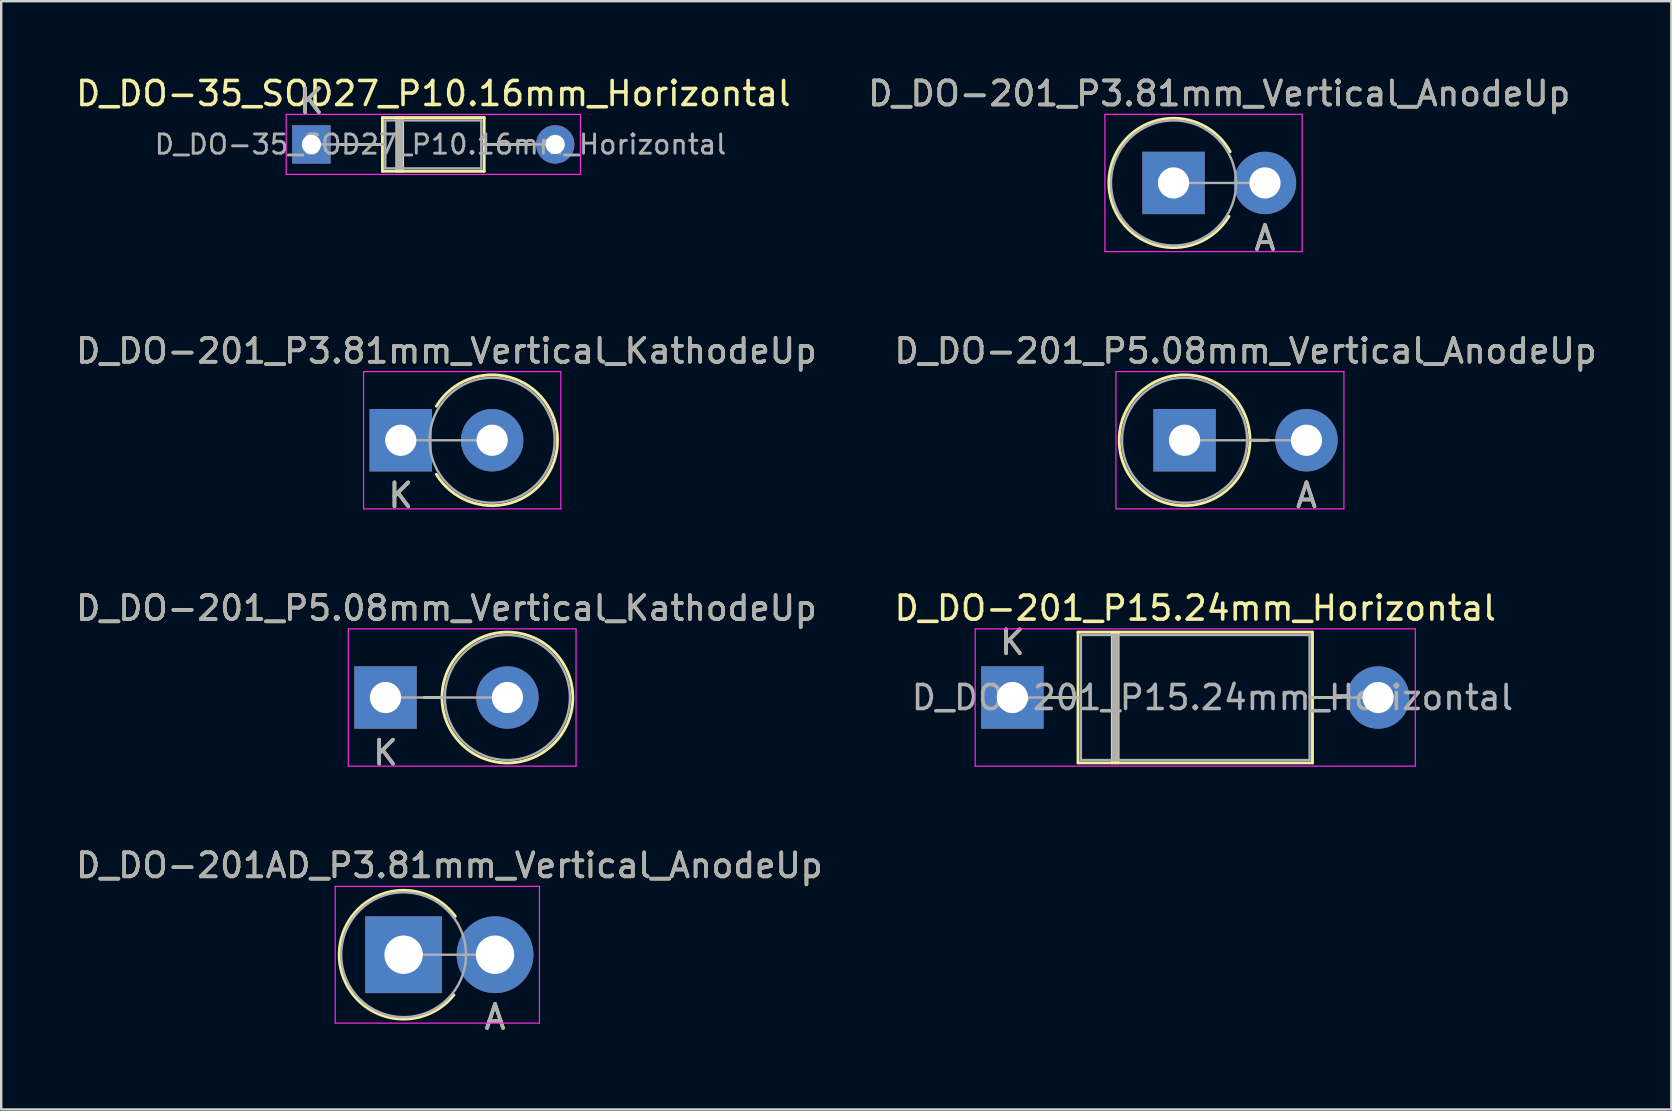
<source format=kicad_pcb>
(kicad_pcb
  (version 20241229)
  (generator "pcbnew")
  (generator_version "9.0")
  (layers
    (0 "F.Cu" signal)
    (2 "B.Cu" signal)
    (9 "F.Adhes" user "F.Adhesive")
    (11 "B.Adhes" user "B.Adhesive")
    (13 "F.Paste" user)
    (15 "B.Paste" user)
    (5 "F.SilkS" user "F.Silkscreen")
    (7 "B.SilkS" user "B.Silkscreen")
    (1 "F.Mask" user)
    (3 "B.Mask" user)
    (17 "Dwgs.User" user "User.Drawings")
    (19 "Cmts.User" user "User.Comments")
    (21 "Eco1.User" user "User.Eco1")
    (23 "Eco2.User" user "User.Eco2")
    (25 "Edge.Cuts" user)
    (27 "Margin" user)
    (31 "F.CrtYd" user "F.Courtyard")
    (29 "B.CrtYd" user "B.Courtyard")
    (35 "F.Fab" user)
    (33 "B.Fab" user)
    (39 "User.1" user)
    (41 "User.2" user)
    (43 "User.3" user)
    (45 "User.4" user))
  (footprint "D_DO-201_P3.81mm_Vertical_KathodeUp"
    (layer "F.Cu")
    (at 13.649 15.295)
    (property "Reference" "D_DO-201_P3.81mm_Vertical_KathodeUp" (at 1.905 -3.725 0) (layer "F.SilkS") (effects (font (size 1 1) (thickness 0.15))))
    (attr through_hole)
    (fp_arc (start 1.484226 -1.42) (mid 6.535 0) (end 1.484226 1.42) (stroke (width 0.12) (type solid)) (layer "F.SilkS"))
    (fp_line (start -1.55 -2.86) (end -1.55 2.86) (stroke (width 0.05) (type solid)) (layer "F.CrtYd"))
    (fp_line (start -1.55 2.86) (end 6.67 2.86) (stroke (width 0.05) (type solid)) (layer "F.CrtYd"))
    (fp_line (start 6.67 -2.86) (end -1.55 -2.86) (stroke (width 0.05) (type solid)) (layer "F.CrtYd"))
    (fp_line (start 6.67 2.86) (end 6.67 -2.86) (stroke (width 0.05) (type solid)) (layer "F.CrtYd"))
    (fp_line (start 0 0) (end 3.81 0) (stroke (width 0.1) (type solid)) (layer "F.Fab"))
    (fp_circle (center 3.81 0) (end 6.415 0) (stroke (width 0.1) (type solid)) (fill no) (layer "F.Fab"))
    (fp_text user "K" (at 0 2.3 0) (layer "F.SilkS") (effects (font (size 1 1) (thickness 0.15))))
    (fp_text user "K" (at 0 2.3 0) (layer "F.Fab") (effects (font (size 1 1) (thickness 0.15))))
    (fp_text user "${REFERENCE}" (at 1.905 -3.725 0) (layer "F.Fab") (effects (font (size 1 1) (thickness 0.15))))
    (pad "1" thru_hole rect (at 0 0) (size 2.6 2.6) (drill 1.3) (layers "*.Cu" "*.Mask"))
    (pad "2" thru_hole circle (at 3.81 0) (size 2.6 2.6) (drill 1.3) (layers "*.Cu" "*.Mask")))
  (footprint "D_DO-201_P5.08mm_Vertical_AnodeUp"
    (layer "F.Cu")
    (at 46.311 15.295)
    (property "Reference" "D_DO-201_P5.08mm_Vertical_AnodeUp" (at 2.54 -3.725 0) (layer "F.SilkS") (effects (font (size 1 1) (thickness 0.15))))
    (attr through_hole)
    (fp_line (start 2.725 0) (end 3.48 0) (stroke (width 0.12) (type solid)) (layer "F.SilkS"))
    (fp_circle (center 0 0) (end 2.725 0) (stroke (width 0.12) (type solid)) (fill no) (layer "F.SilkS"))
    (fp_line (start -2.86 -2.86) (end -2.86 2.86) (stroke (width 0.05) (type solid)) (layer "F.CrtYd"))
    (fp_line (start -2.86 2.86) (end 6.64 2.86) (stroke (width 0.05) (type solid)) (layer "F.CrtYd"))
    (fp_line (start 6.64 -2.86) (end -2.86 -2.86) (stroke (width 0.05) (type solid)) (layer "F.CrtYd"))
    (fp_line (start 6.64 2.86) (end 6.64 -2.86) (stroke (width 0.05) (type solid)) (layer "F.CrtYd"))
    (fp_line (start 0 0) (end 5.08 0) (stroke (width 0.1) (type solid)) (layer "F.Fab"))
    (fp_circle (center 0 0) (end 2.605 0) (stroke (width 0.1) (type solid)) (fill no) (layer "F.Fab"))
    (fp_text user "A" (at 5.08 2.3 0) (layer "F.SilkS") (effects (font (size 1 1) (thickness 0.15))))
    (fp_text user "A" (at 5.08 2.3 0) (layer "F.Fab") (effects (font (size 1 1) (thickness 0.15))))
    (fp_text user "${REFERENCE}" (at 2.54 -3.725 0) (layer "F.Fab") (effects (font (size 1 1) (thickness 0.15))))
    (pad "1" thru_hole rect (at 0 0) (size 2.6 2.6) (drill 1.3) (layers "*.Cu" "*.Mask"))
    (pad "2" thru_hole oval (at 5.08 0) (size 2.6 2.6) (drill 1.3) (layers "*.Cu" "*.Mask")))
  (footprint "D_DO-201_P15.24mm_Horizontal"
    (layer "F.Cu")
    (at 39.136 26.016)
    (property "Reference" "D_DO-201_P15.24mm_Horizontal" (at 7.62 -3.725 0) (layer "F.SilkS") (effects (font (size 1 1) (thickness 0.15))))
    (attr through_hole)
    (fp_line (start 1.54 0) (end 2.735 0) (stroke (width 0.12) (type solid)) (layer "F.SilkS"))
    (fp_line (start 2.735 -2.725) (end 2.735 2.725) (stroke (width 0.12) (type solid)) (layer "F.SilkS"))
    (fp_line (start 2.735 2.725) (end 12.505 2.725) (stroke (width 0.12) (type solid)) (layer "F.SilkS"))
    (fp_line (start 4.165 -2.725) (end 4.165 2.725) (stroke (width 0.12) (type solid)) (layer "F.SilkS"))
    (fp_line (start 4.285 -2.725) (end 4.285 2.725) (stroke (width 0.12) (type solid)) (layer "F.SilkS"))
    (fp_line (start 4.404 -2.725) (end 4.404 2.725) (stroke (width 0.12) (type solid)) (layer "F.SilkS"))
    (fp_line (start 12.505 -2.725) (end 2.735 -2.725) (stroke (width 0.12) (type solid)) (layer "F.SilkS"))
    (fp_line (start 12.505 2.725) (end 12.505 -2.725) (stroke (width 0.12) (type solid)) (layer "F.SilkS"))
    (fp_line (start 13.7 0) (end 12.505 0) (stroke (width 0.12) (type solid)) (layer "F.SilkS"))
    (fp_line (start -1.55 -2.86) (end -1.55 2.86) (stroke (width 0.05) (type solid)) (layer "F.CrtYd"))
    (fp_line (start -1.55 2.86) (end 16.79 2.86) (stroke (width 0.05) (type solid)) (layer "F.CrtYd"))
    (fp_line (start 16.79 -2.86) (end -1.55 -2.86) (stroke (width 0.05) (type solid)) (layer "F.CrtYd"))
    (fp_line (start 16.79 2.86) (end 16.79 -2.86) (stroke (width 0.05) (type solid)) (layer "F.CrtYd"))
    (fp_line (start 0 0) (end 2.855 0) (stroke (width 0.1) (type solid)) (layer "F.Fab"))
    (fp_line (start 2.855 -2.605) (end 2.855 2.605) (stroke (width 0.1) (type solid)) (layer "F.Fab"))
    (fp_line (start 2.855 2.605) (end 12.385 2.605) (stroke (width 0.1) (type solid)) (layer "F.Fab"))
    (fp_line (start 4.184 -2.605) (end 4.184 2.605) (stroke (width 0.1) (type solid)) (layer "F.Fab"))
    (fp_line (start 4.285 -2.605) (end 4.285 2.605) (stroke (width 0.1) (type solid)) (layer "F.Fab"))
    (fp_line (start 4.385 -2.605) (end 4.385 2.605) (stroke (width 0.1) (type solid)) (layer "F.Fab"))
    (fp_line (start 12.385 -2.605) (end 2.855 -2.605) (stroke (width 0.1) (type solid)) (layer "F.Fab"))
    (fp_line (start 12.385 2.605) (end 12.385 -2.605) (stroke (width 0.1) (type solid)) (layer "F.Fab"))
    (fp_line (start 15.24 0) (end 12.385 0) (stroke (width 0.1) (type solid)) (layer "F.Fab"))
    (fp_text user "K" (at 0 -2.3 0) (layer "F.SilkS") (effects (font (size 1 1) (thickness 0.15))))
    (fp_text user "K" (at 0 -2.3 0) (layer "F.Fab") (effects (font (size 1 1) (thickness 0.15))))
    (fp_text user "${REFERENCE}" (at 8.335 0 0) (layer "F.Fab") (effects (font (size 1 1) (thickness 0.15))))
    (pad "1" thru_hole rect (at 0 0) (size 2.6 2.6) (drill 1.3) (layers "*.Cu" "*.Mask"))
    (pad "2" thru_hole circle (at 15.24 0) (size 2.6 2.6) (drill 1.3) (layers "*.Cu" "*.Mask")))
  (footprint "D_DO-201AD_P3.81mm_Vertical_AnodeUp"
    (layer "F.Cu")
    (at 13.768 36.733)
    (property "Reference" "D_DO-201AD_P3.81mm_Vertical_AnodeUp" (at 1.905 -3.72 0) (layer "F.SilkS") (effects (font (size 1 1) (thickness 0.15))))
    (attr through_hole)
    (fp_arc (start 2.096636 1.675386) (mid -2.683382 -0.047582) (end 2.154716 -1.6) (stroke (width 0.12) (type solid)) (layer "F.SilkS"))
    (fp_line (start -2.85 -2.85) (end -2.85 2.85) (stroke (width 0.05) (type solid)) (layer "F.CrtYd"))
    (fp_line (start -2.85 2.85) (end 5.66 2.85) (stroke (width 0.05) (type solid)) (layer "F.CrtYd"))
    (fp_line (start 5.66 -2.85) (end -2.85 -2.85) (stroke (width 0.05) (type solid)) (layer "F.CrtYd"))
    (fp_line (start 5.66 2.85) (end 5.66 -2.85) (stroke (width 0.05) (type solid)) (layer "F.CrtYd"))
    (fp_line (start 0 0) (end 3.81 0) (stroke (width 0.1) (type solid)) (layer "F.Fab"))
    (fp_circle (center 0 0) (end 2.6 0) (stroke (width 0.1) (type solid)) (fill no) (layer "F.Fab"))
    (fp_text user "A" (at 3.81 2.6 0) (layer "F.SilkS") (effects (font (size 1 1) (thickness 0.15))))
    (fp_text user "A" (at 3.81 2.6 0) (layer "F.Fab") (effects (font (size 1 1) (thickness 0.15))))
    (fp_text user "${REFERENCE}" (at 1.905 -3.72 0) (layer "F.Fab") (effects (font (size 1 1) (thickness 0.15))))
    (pad "1" thru_hole rect (at 0 0) (size 3.2 3.2) (drill 1.6) (layers "*.Cu" "*.Mask"))
    (pad "2" thru_hole oval (at 3.81 0) (size 3.2 3.2) (drill 1.6) (layers "*.Cu" "*.Mask")))
  (footprint "D_DO-201_P5.08mm_Vertical_KathodeUp"
    (layer "F.Cu")
    (at 13.014 26.016)
    (property "Reference" "D_DO-201_P5.08mm_Vertical_KathodeUp" (at 2.54 -3.725 0) (layer "F.SilkS") (effects (font (size 1 1) (thickness 0.15))))
    (attr through_hole)
    (fp_line (start 2.355 0) (end 1.6 0) (stroke (width 0.12) (type solid)) (layer "F.SilkS"))
    (fp_circle (center 5.08 0) (end 7.805 0) (stroke (width 0.12) (type solid)) (fill no) (layer "F.SilkS"))
    (fp_line (start -1.55 -2.86) (end -1.55 2.86) (stroke (width 0.05) (type solid)) (layer "F.CrtYd"))
    (fp_line (start -1.55 2.86) (end 7.94 2.86) (stroke (width 0.05) (type solid)) (layer "F.CrtYd"))
    (fp_line (start 7.94 -2.86) (end -1.55 -2.86) (stroke (width 0.05) (type solid)) (layer "F.CrtYd"))
    (fp_line (start 7.94 2.86) (end 7.94 -2.86) (stroke (width 0.05) (type solid)) (layer "F.CrtYd"))
    (fp_line (start 0 0) (end 5.08 0) (stroke (width 0.1) (type solid)) (layer "F.Fab"))
    (fp_circle (center 5.08 0) (end 7.685 0) (stroke (width 0.1) (type solid)) (fill no) (layer "F.Fab"))
    (fp_text user "K" (at 0 2.3 0) (layer "F.SilkS") (effects (font (size 1 1) (thickness 0.15))))
    (fp_text user "${REFERENCE}" (at 2.54 -3.725 0) (layer "F.Fab") (effects (font (size 1 1) (thickness 0.15))))
    (fp_text user "K" (at 0 2.3 0) (layer "F.Fab") (effects (font (size 1 1) (thickness 0.15))))
    (pad "1" thru_hole rect (at 0 0) (size 2.6 2.6) (drill 1.3) (layers "*.Cu" "*.Mask"))
    (pad "2" thru_hole circle (at 5.08 0) (size 2.6 2.6) (drill 1.3) (layers "*.Cu" "*.Mask")))
  (footprint "D_DO-201_P3.81mm_Vertical_AnodeUp"
    (layer "F.Cu")
    (at 45.851 4.573)
    (property "Reference" "D_DO-201_P3.81mm_Vertical_AnodeUp" (at 1.905 -3.725 0) (layer "F.SilkS") (effects (font (size 1 1) (thickness 0.15))))
    (attr through_hole)
    (fp_arc (start 2.30942 1.390181) (mid -2.695054 -0.052035) (end 2.361361 -1.3) (stroke (width 0.12) (type solid)) (layer "F.SilkS"))
    (fp_line (start -2.86 -2.86) (end -2.86 2.86) (stroke (width 0.05) (type solid)) (layer "F.CrtYd"))
    (fp_line (start -2.86 2.86) (end 5.36 2.86) (stroke (width 0.05) (type solid)) (layer "F.CrtYd"))
    (fp_line (start 5.36 -2.86) (end -2.86 -2.86) (stroke (width 0.05) (type solid)) (layer "F.CrtYd"))
    (fp_line (start 5.36 2.86) (end 5.36 -2.86) (stroke (width 0.05) (type solid)) (layer "F.CrtYd"))
    (fp_line (start 0 0) (end 3.81 0) (stroke (width 0.1) (type solid)) (layer "F.Fab"))
    (fp_circle (center 0 0) (end 2.605 0) (stroke (width 0.1) (type solid)) (fill no) (layer "F.Fab"))
    (fp_text user "A" (at 3.81 2.3 0) (layer "F.SilkS") (effects (font (size 1 1) (thickness 0.15))))
    (fp_text user "A" (at 3.81 2.3 0) (layer "F.Fab") (effects (font (size 1 1) (thickness 0.15))))
    (fp_text user "${REFERENCE}" (at 1.905 -3.725 0) (layer "F.Fab") (effects (font (size 1 1) (thickness 0.15))))
    (pad "1" thru_hole rect (at 0 0) (size 2.6 2.6) (drill 1.3) (layers "*.Cu" "*.Mask"))
    (pad "2" thru_hole oval (at 3.81 0) (size 2.6 2.6) (drill 1.3) (layers "*.Cu" "*.Mask")))
  (footprint "D_DO-35_SOD27_P10.16mm_Horizontal"
    (layer "F.Cu")
    (at 9.926 2.968)
    (property "Reference" "D_DO-35_SOD27_P10.16mm_Horizontal" (at 5.08 -2.12 0) (layer "F.SilkS") (effects (font (size 1 1) (thickness 0.15))))
    (attr through_hole)
    (fp_line (start 1.04 0) (end 2.96 0) (stroke (width 0.12) (type solid)) (layer "F.SilkS"))
    (fp_line (start 2.96 -1.12) (end 2.96 1.12) (stroke (width 0.12) (type solid)) (layer "F.SilkS"))
    (fp_line (start 2.96 1.12) (end 7.2 1.12) (stroke (width 0.12) (type solid)) (layer "F.SilkS"))
    (fp_line (start 3.56 -1.12) (end 3.56 1.12) (stroke (width 0.12) (type solid)) (layer "F.SilkS"))
    (fp_line (start 3.68 -1.12) (end 3.68 1.12) (stroke (width 0.12) (type solid)) (layer "F.SilkS"))
    (fp_line (start 3.8 -1.12) (end 3.8 1.12) (stroke (width 0.12) (type solid)) (layer "F.SilkS"))
    (fp_line (start 7.2 -1.12) (end 2.96 -1.12) (stroke (width 0.12) (type solid)) (layer "F.SilkS"))
    (fp_line (start 7.2 1.12) (end 7.2 -1.12) (stroke (width 0.12) (type solid)) (layer "F.SilkS"))
    (fp_line (start 9.12 0) (end 7.2 0) (stroke (width 0.12) (type solid)) (layer "F.SilkS"))
    (fp_line (start -1.05 -1.25) (end -1.05 1.25) (stroke (width 0.05) (type solid)) (layer "F.CrtYd"))
    (fp_line (start -1.05 1.25) (end 11.21 1.25) (stroke (width 0.05) (type solid)) (layer "F.CrtYd"))
    (fp_line (start 11.21 -1.25) (end -1.05 -1.25) (stroke (width 0.05) (type solid)) (layer "F.CrtYd"))
    (fp_line (start 11.21 1.25) (end 11.21 -1.25) (stroke (width 0.05) (type solid)) (layer "F.CrtYd"))
    (fp_line (start 0 0) (end 3.08 0) (stroke (width 0.1) (type solid)) (layer "F.Fab"))
    (fp_line (start 3.08 -1) (end 3.08 1) (stroke (width 0.1) (type solid)) (layer "F.Fab"))
    (fp_line (start 3.08 1) (end 7.08 1) (stroke (width 0.1) (type solid)) (layer "F.Fab"))
    (fp_line (start 3.58 -1) (end 3.58 1) (stroke (width 0.1) (type solid)) (layer "F.Fab"))
    (fp_line (start 3.68 -1) (end 3.68 1) (stroke (width 0.1) (type solid)) (layer "F.Fab"))
    (fp_line (start 3.78 -1) (end 3.78 1) (stroke (width 0.1) (type solid)) (layer "F.Fab"))
    (fp_line (start 7.08 -1) (end 3.08 -1) (stroke (width 0.1) (type solid)) (layer "F.Fab"))
    (fp_line (start 7.08 1) (end 7.08 -1) (stroke (width 0.1) (type solid)) (layer "F.Fab"))
    (fp_line (start 10.16 0) (end 7.08 0) (stroke (width 0.1) (type solid)) (layer "F.Fab"))
    (fp_text user "K" (at 0 -1.8 0) (layer "F.SilkS") (effects (font (size 1 1) (thickness 0.15))))
    (fp_text user "${REFERENCE}" (at 5.38 0 0) (layer "F.Fab") (effects (font (size 0.8 0.8) (thickness 0.12))))
    (fp_text user "K" (at 0 -1.8 0) (layer "F.Fab") (effects (font (size 1 1) (thickness 0.15))))
    (pad "1" thru_hole rect (at 0 0) (size 1.6 1.6) (drill 0.8) (layers "*.Cu" "*.Mask"))
    (pad "2" thru_hole circle (at 10.16 0) (size 1.6 1.6) (drill 0.8) (layers "*.Cu" "*.Mask")))
  (gr_rect
    (start -3 -3)
    (end 66.595 43.181)
    (stroke (width 0.1) (type default))
    (fill no)
    (layer "Edge.Cuts")))
</source>
